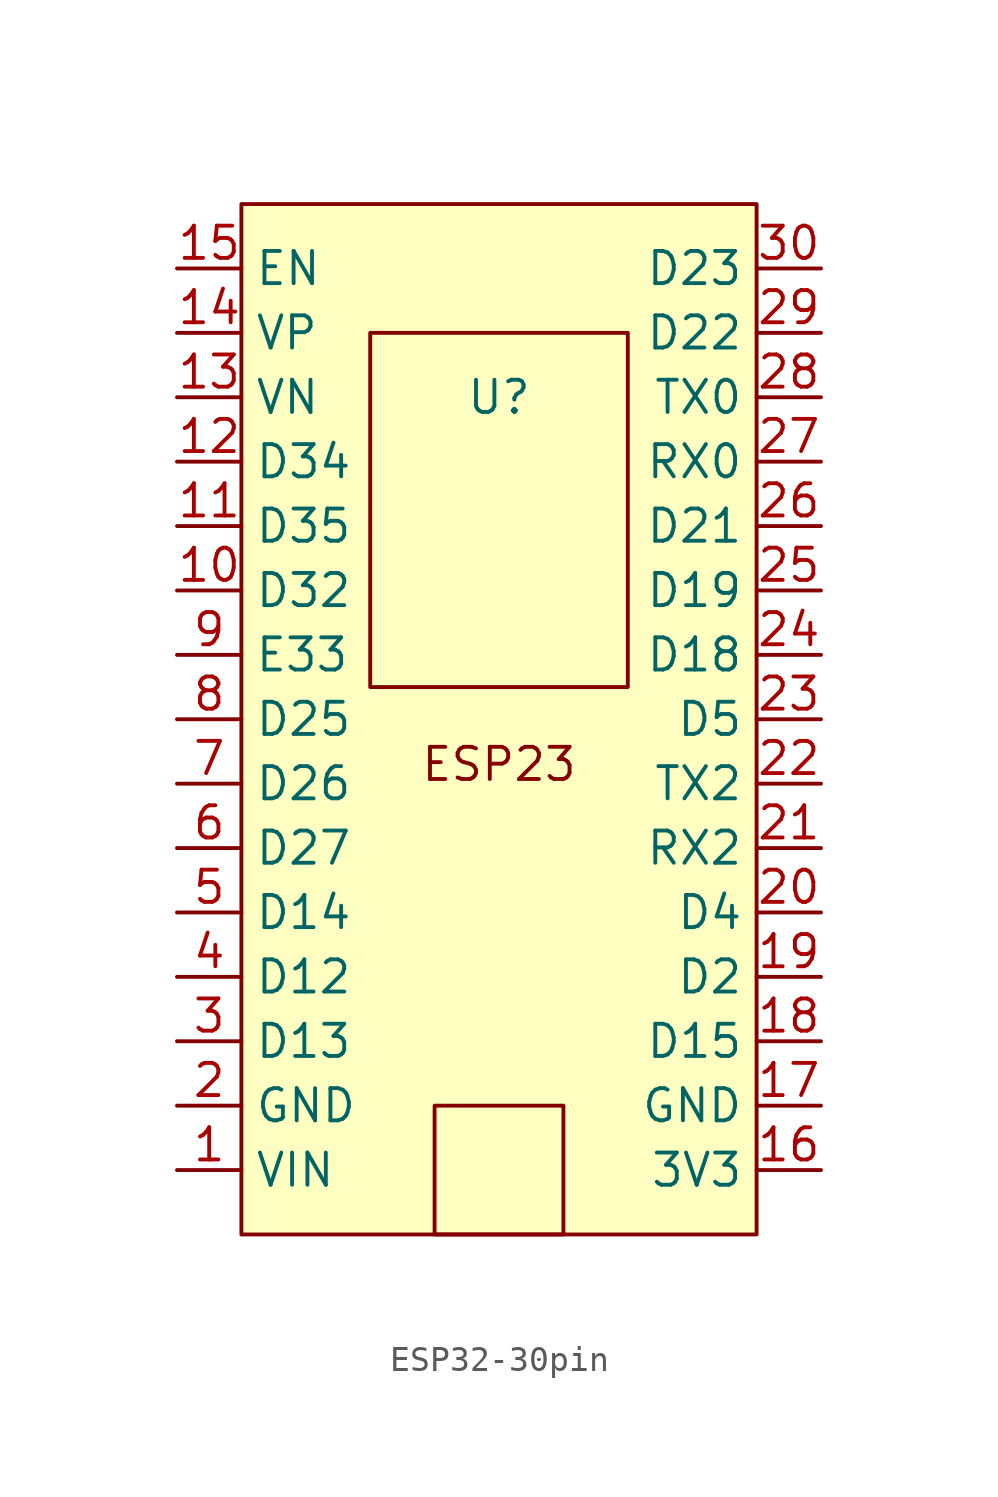
<source format=kicad_sym>
(kicad_symbol_lib
  (version 20241209)
  (generator "kicad_symbol_editor")
  (generator_version "9.0")
  (symbol "ESP32-30pin"
    (property "Reference" "U"
      (at 0 12.7 0)
      (effects (font (size 1.27 1.27))))
    (property "Value" ""
      (at 0 0 0)
      (effects (font (size 1.27 1.27))))
    (symbol "ESP32-30pin_0_1"
      (rectangle (start -5.08 15.24) (end 5.08 1.27) (stroke (width 0) (type default)) (fill (type none)))
      (rectangle (start -2.54 -15.24) (end 2.54 -20.32) (stroke (width 0) (type default)) (fill (type none))))
    (symbol "ESP32-30pin_1_1"
      (rectangle (start -10.16 20.32) (end 10.16 -20.32) (stroke (width 0) (type solid)) (fill (type background)))
      (text "ESP23" (at 0 -1.778 0) (effects (font (size 1.27 1.27))))
      (pin bidirectional line (at -12.7 17.78 0) (length 2.54) (name "EN" (effects (font (size 1.27 1.27)))) (number "15" (effects (font (size 1.27 1.27)))))
      (pin bidirectional line (at -12.7 15.24 0) (length 2.54) (name "VP" (effects (font (size 1.27 1.27)))) (number "14" (effects (font (size 1.27 1.27)))))
      (pin bidirectional line (at -12.7 12.7 0) (length 2.54) (name "VN" (effects (font (size 1.27 1.27)))) (number "13" (effects (font (size 1.27 1.27)))))
      (pin bidirectional line (at -12.7 10.16 0) (length 2.54) (name "D34" (effects (font (size 1.27 1.27)))) (number "12" (effects (font (size 1.27 1.27)))))
      (pin bidirectional line (at -12.7 7.62 0) (length 2.54) (name "D35" (effects (font (size 1.27 1.27)))) (number "11" (effects (font (size 1.27 1.27)))))
      (pin bidirectional line (at -12.7 5.08 0) (length 2.54) (name "D32" (effects (font (size 1.27 1.27)))) (number "10" (effects (font (size 1.27 1.27)))))
      (pin bidirectional line (at -12.7 2.54 0) (length 2.54) (name "E33" (effects (font (size 1.27 1.27)))) (number "9" (effects (font (size 1.27 1.27)))))
      (pin bidirectional line (at -12.7 0 0) (length 2.54) (name "D25" (effects (font (size 1.27 1.27)))) (number "8" (effects (font (size 1.27 1.27)))))
      (pin bidirectional line (at -12.7 -2.54 0) (length 2.54) (name "D26" (effects (font (size 1.27 1.27)))) (number "7" (effects (font (size 1.27 1.27)))))
      (pin bidirectional line (at -12.7 -5.08 0) (length 2.54) (name "D27" (effects (font (size 1.27 1.27)))) (number "6" (effects (font (size 1.27 1.27)))))
      (pin bidirectional line (at -12.7 -7.62 0) (length 2.54) (name "D14" (effects (font (size 1.27 1.27)))) (number "5" (effects (font (size 1.27 1.27)))))
      (pin bidirectional line (at -12.7 -10.16 0) (length 2.54) (name "D12" (effects (font (size 1.27 1.27)))) (number "4" (effects (font (size 1.27 1.27)))))
      (pin bidirectional line (at -12.7 -12.7 0) (length 2.54) (name "D13" (effects (font (size 1.27 1.27)))) (number "3" (effects (font (size 1.27 1.27)))))
      (pin bidirectional line (at -12.7 -15.24 0) (length 2.54) (name "GND" (effects (font (size 1.27 1.27)))) (number "2" (effects (font (size 1.27 1.27)))))
      (pin bidirectional line (at -12.7 -17.78 0) (length 2.54) (name "VIN" (effects (font (size 1.27 1.27)))) (number "1" (effects (font (size 1.27 1.27)))))
      (pin bidirectional line (at 12.7 17.78 180) (length 2.54) (name "D23" (effects (font (size 1.27 1.27)))) (number "30" (effects (font (size 1.27 1.27)))))
      (pin bidirectional line (at 12.7 15.24 180) (length 2.54) (name "D22" (effects (font (size 1.27 1.27)))) (number "29" (effects (font (size 1.27 1.27)))))
      (pin bidirectional line (at 12.7 12.7 180) (length 2.54) (name "TX0" (effects (font (size 1.27 1.27)))) (number "28" (effects (font (size 1.27 1.27)))))
      (pin bidirectional line (at 12.7 10.16 180) (length 2.54) (name "RX0" (effects (font (size 1.27 1.27)))) (number "27" (effects (font (size 1.27 1.27)))))
      (pin bidirectional line (at 12.7 7.62 180) (length 2.54) (name "D21" (effects (font (size 1.27 1.27)))) (number "26" (effects (font (size 1.27 1.27)))))
      (pin bidirectional line (at 12.7 5.08 180) (length 2.54) (name "D19" (effects (font (size 1.27 1.27)))) (number "25" (effects (font (size 1.27 1.27)))))
      (pin bidirectional line (at 12.7 2.54 180) (length 2.54) (name "D18" (effects (font (size 1.27 1.27)))) (number "24" (effects (font (size 1.27 1.27)))))
      (pin bidirectional line (at 12.7 0 180) (length 2.54) (name "D5" (effects (font (size 1.27 1.27)))) (number "23" (effects (font (size 1.27 1.27)))))
      (pin bidirectional line (at 12.7 -2.54 180) (length 2.54) (name "TX2" (effects (font (size 1.27 1.27)))) (number "22" (effects (font (size 1.27 1.27)))))
      (pin bidirectional line (at 12.7 -5.08 180) (length 2.54) (name "RX2" (effects (font (size 1.27 1.27)))) (number "21" (effects (font (size 1.27 1.27)))))
      (pin bidirectional line (at 12.7 -7.62 180) (length 2.54) (name "D4" (effects (font (size 1.27 1.27)))) (number "20" (effects (font (size 1.27 1.27)))))
      (pin bidirectional line (at 12.7 -10.16 180) (length 2.54) (name "D2" (effects (font (size 1.27 1.27)))) (number "19" (effects (font (size 1.27 1.27)))))
      (pin bidirectional line (at 12.7 -12.7 180) (length 2.54) (name "D15" (effects (font (size 1.27 1.27)))) (number "18" (effects (font (size 1.27 1.27)))))
      (pin bidirectional line (at 12.7 -15.24 180) (length 2.54) (name "GND" (effects (font (size 1.27 1.27)))) (number "17" (effects (font (size 1.27 1.27)))))
      (pin bidirectional line (at 12.7 -17.78 180) (length 2.54) (name "3V3" (effects (font (size 1.27 1.27)))) (number "16" (effects (font (size 1.27 1.27))))))))
</source>
